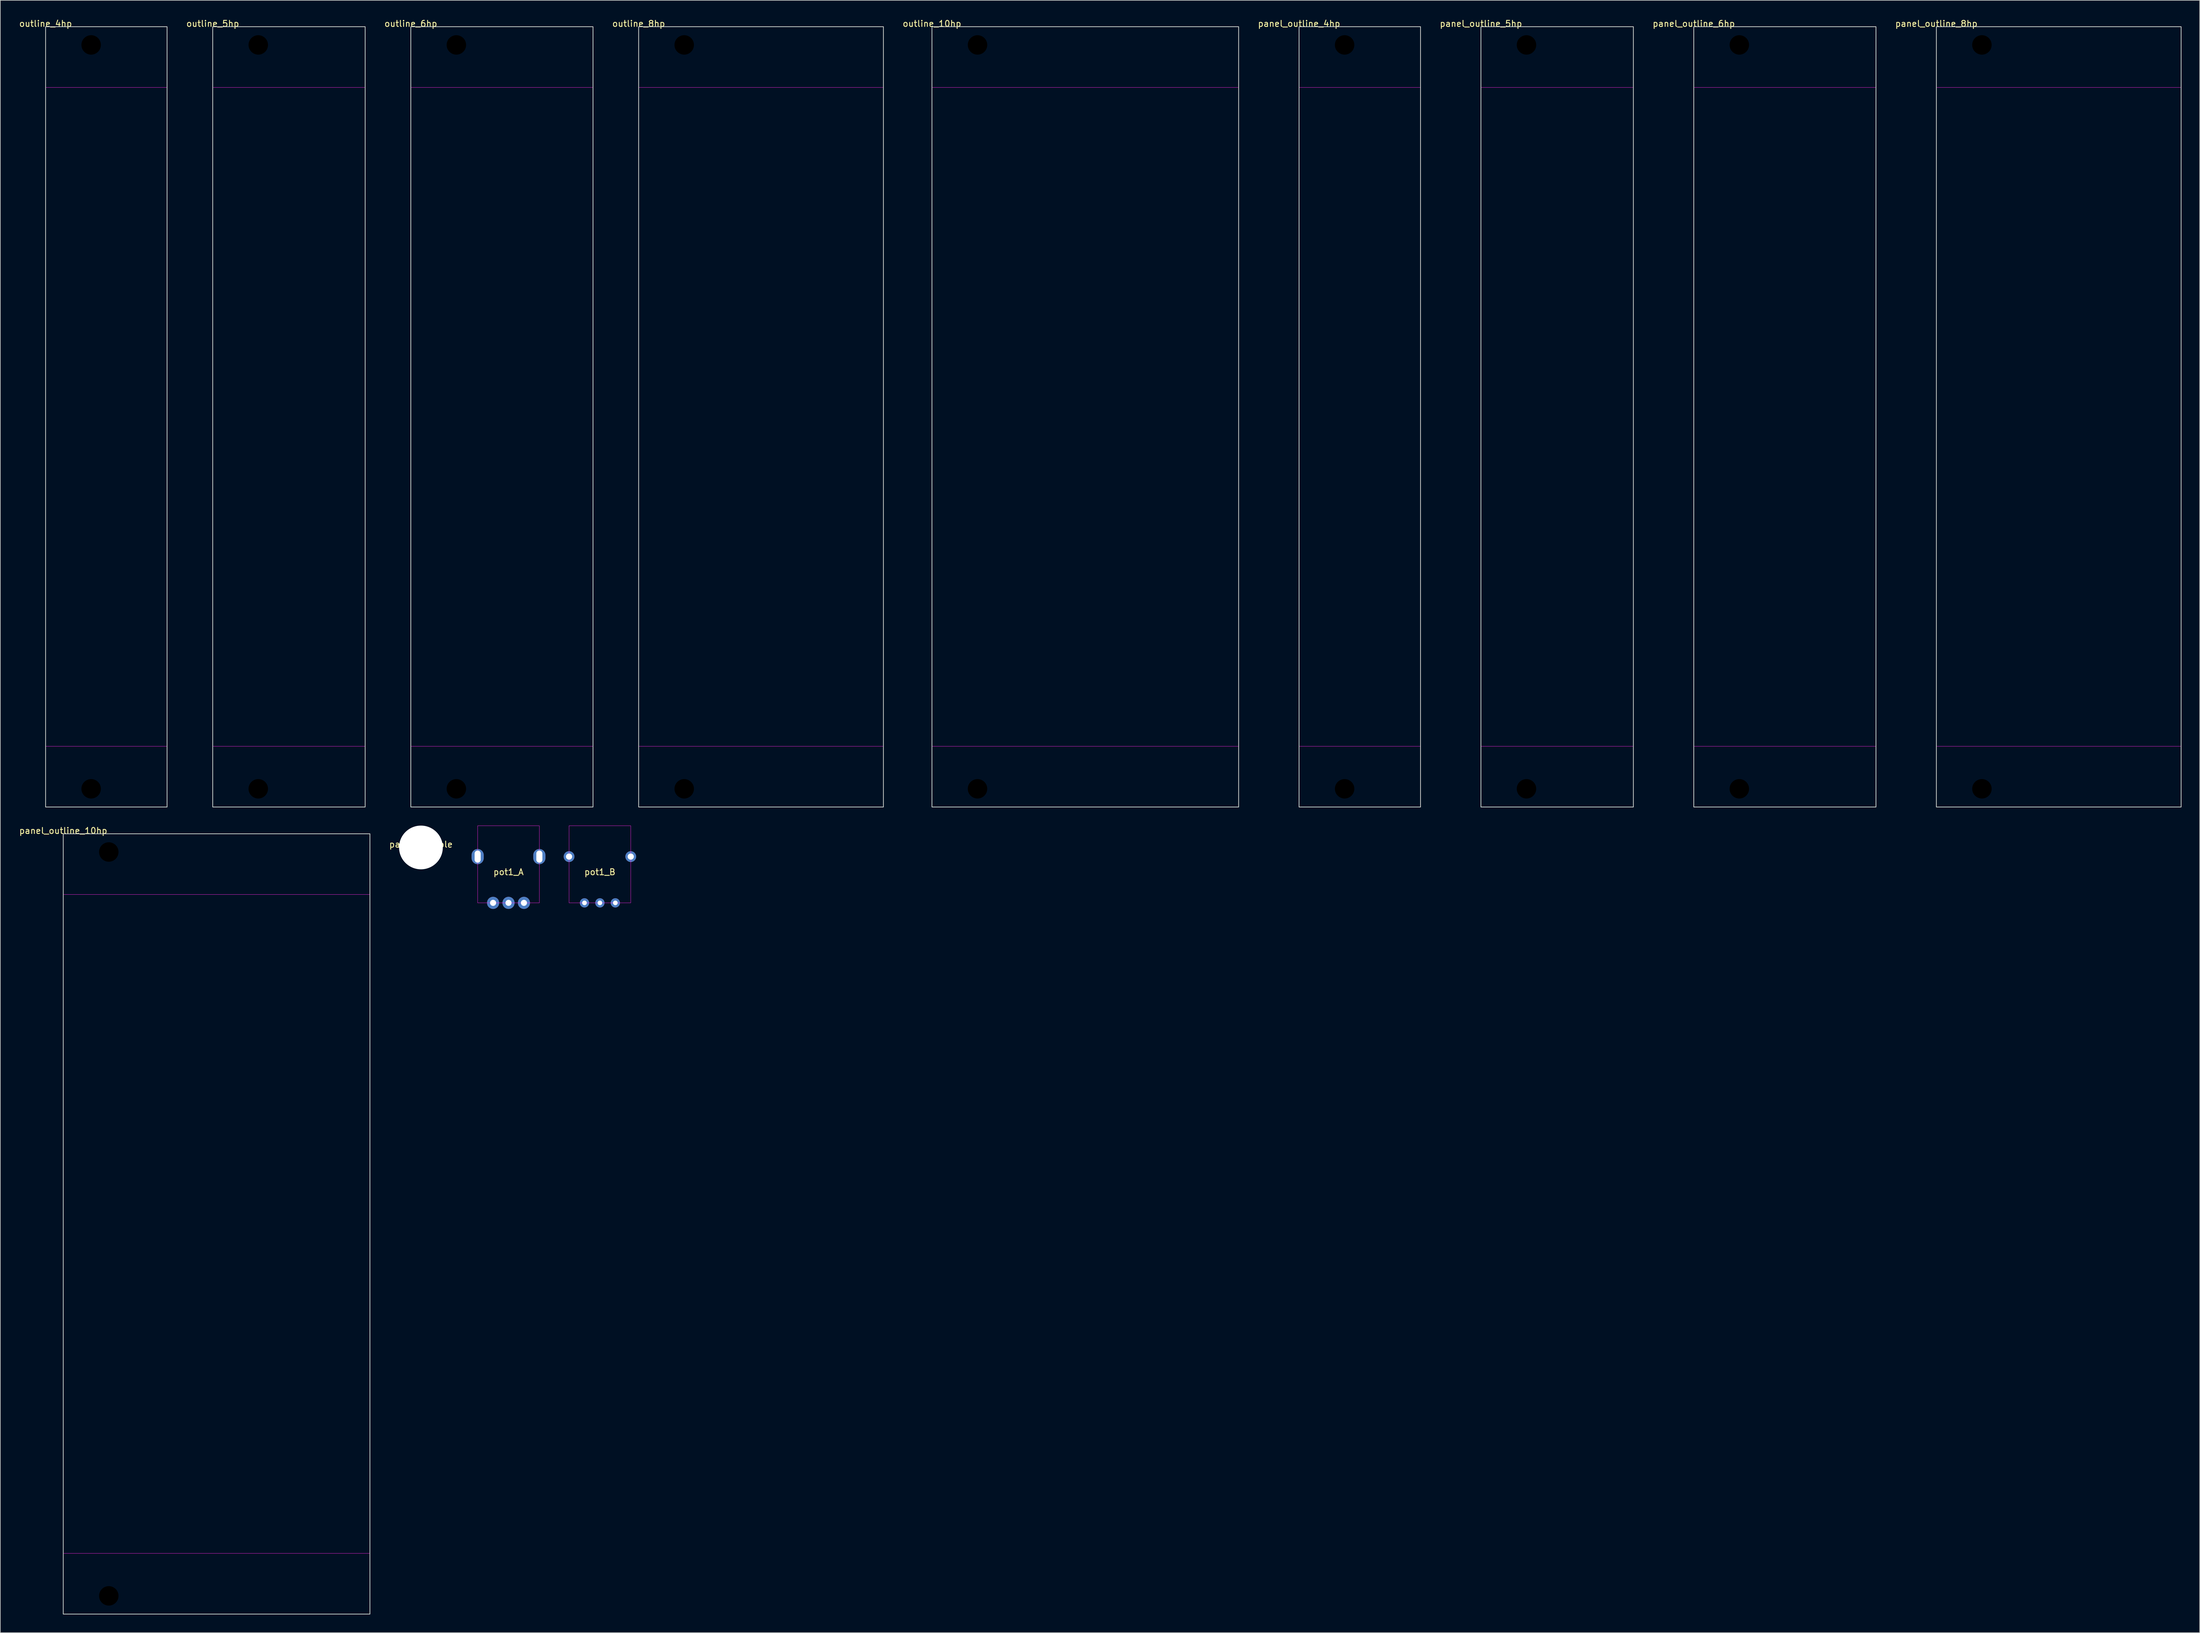
<source format=kicad_pcb>
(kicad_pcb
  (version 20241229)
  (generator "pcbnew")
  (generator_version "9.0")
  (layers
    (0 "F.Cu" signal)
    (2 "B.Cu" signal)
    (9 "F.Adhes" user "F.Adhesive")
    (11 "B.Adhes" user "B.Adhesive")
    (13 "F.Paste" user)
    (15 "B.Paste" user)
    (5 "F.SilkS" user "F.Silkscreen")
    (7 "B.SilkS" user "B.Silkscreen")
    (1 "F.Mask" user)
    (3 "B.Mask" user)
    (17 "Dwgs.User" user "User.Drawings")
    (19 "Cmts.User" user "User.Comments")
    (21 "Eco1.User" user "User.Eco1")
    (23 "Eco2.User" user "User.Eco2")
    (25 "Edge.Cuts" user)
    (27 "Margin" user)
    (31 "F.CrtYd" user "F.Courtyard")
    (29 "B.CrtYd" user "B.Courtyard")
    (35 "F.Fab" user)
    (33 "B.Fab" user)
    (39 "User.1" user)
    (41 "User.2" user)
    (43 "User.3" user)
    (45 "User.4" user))
  (footprint "panel_outline_8hp"
    (layer "F.Cu")
    (at 315.795 1.348)
    (property "Reference" "panel_outline_8hp" (at 0 -0.5 0) (unlocked yes) (layer "F.SilkS") (effects (font (size 1 1) (thickness 0.15))))
    (fp_rect (start 0 0) (end 40.3 128.5) (stroke (width 0.12) (type solid)) (fill no) (layer "Edge.Cuts"))
    (fp_rect (start 0 10) (end 40.3 118.5) (stroke (width 0.05) (type solid)) (fill no) (layer "F.CrtYd"))
    (pad "" np_thru_hole circle (at 7.5 3) (size 3.2 3.2) (drill oval 4.2 3.2) (layers "*.Mask"))
    (pad "" np_thru_hole circle (at 7.5 125.5) (size 3.2 3.2) (drill oval 4.2 3.2) (layers "*.Mask")))
  (footprint "pot1_B"
    (layer "F.Cu")
    (at 93.191 145.633)
    (property "Reference" "pot1_B" (at 2.54 -5.08 0) (unlocked yes) (layer "F.SilkS") (effects (font (size 1 1) (thickness 0.15))))
    (attr through_hole)
    (fp_rect (start -2.54 0) (end 7.62 -12.7) (stroke (width 0.05) (type solid)) (fill no) (layer "F.CrtYd"))
    (pad "" np_thru_hole circle (at -2.54 -7.62) (size 1.778 1.778) (drill 1.016) (layers "*.Cu" "*.Mask"))
    (pad "" np_thru_hole circle (at 7.62 -7.62) (size 1.778 1.778) (drill 1.016) (layers "*.Cu" "*.Mask"))
    (pad "1" thru_hole circle (at 5.08 0) (size 1.524 1.524) (drill 0.762) (layers "*.Cu" "*.Mask"))
    (pad "2" thru_hole circle (at 2.54 0) (size 1.524 1.524) (drill 0.762) (layers "*.Cu" "*.Mask"))
    (pad "3" thru_hole circle (at 0 0) (size 1.524 1.524) (drill 0.762) (layers "*.Cu" "*.Mask")))
  (footprint "outline_5hp"
    (layer "F.Cu")
    (at 31.977 1.348)
    (property "Reference" "outline_5hp" (at 0 -0.5 0) (unlocked yes) (layer "F.SilkS") (effects (font (size 1 1) (thickness 0.15))))
    (fp_rect (start 0 0) (end 25.1 128.5) (stroke (width 0.12) (type solid)) (fill no) (layer "Edge.Cuts"))
    (fp_rect (start 0 10) (end 25.1 118.5) (stroke (width 0.05) (type solid)) (fill no) (layer "F.CrtYd"))
    (pad "" np_thru_hole circle (at 7.5 3) (size 3.2 3.2) (drill oval 4.2 3.2) (layers "*.Mask"))
    (pad "" np_thru_hole circle (at 7.5 125.5) (size 3.2 3.2) (drill oval 4.2 3.2) (layers "*.Mask")))
  (footprint "outline_4hp"
    (layer "F.Cu")
    (at 4.458 1.348)
    (property "Reference" "outline_4hp" (at 0 -0.5 0) (unlocked yes) (layer "F.SilkS") (effects (font (size 1 1) (thickness 0.15))))
    (fp_rect (start 0 0) (end 20 128.5) (stroke (width 0.12) (type solid)) (fill no) (layer "Edge.Cuts"))
    (fp_rect (start 0 10) (end 20 118.5) (stroke (width 0.05) (type solid)) (fill no) (layer "F.CrtYd"))
    (pad "" np_thru_hole circle (at 7.5 3) (size 3.2 3.2) (drill oval 4.2 3.2) (layers "*.Mask"))
    (pad "" np_thru_hole circle (at 7.5 125.5) (size 3.2 3.2) (drill oval 4.2 3.2) (layers "*.Mask")))
  (footprint "outline_6hp"
    (layer "F.Cu")
    (at 64.595 1.348)
    (property "Reference" "outline_6hp" (at 0 -0.5 0) (unlocked yes) (layer "F.SilkS") (effects (font (size 1 1) (thickness 0.15))))
    (fp_rect (start 0 0) (end 30 128.5) (stroke (width 0.12) (type solid)) (fill no) (layer "Edge.Cuts"))
    (fp_rect (start 0 10) (end 30 118.5) (stroke (width 0.05) (type solid)) (fill no) (layer "F.CrtYd"))
    (pad "" np_thru_hole circle (at 7.5 3) (size 3.2 3.2) (drill oval 4.2 3.2) (layers "*.Mask"))
    (pad "" np_thru_hole circle (at 7.5 125.5) (size 3.2 3.2) (drill oval 4.2 3.2) (layers "*.Mask")))
  (footprint "panel_outline_5hp"
    (layer "F.Cu")
    (at 240.802 1.348)
    (property "Reference" "panel_outline_5hp" (at 0 -0.5 0) (unlocked yes) (layer "F.SilkS") (effects (font (size 1 1) (thickness 0.15))))
    (fp_rect (start 0 0) (end 25.1 128.5) (stroke (width 0.12) (type solid)) (fill no) (layer "Edge.Cuts"))
    (fp_rect (start 0 10) (end 25.1 118.5) (stroke (width 0.05) (type solid)) (fill no) (layer "F.CrtYd"))
    (pad "" np_thru_hole circle (at 7.5 3) (size 3.2 3.2) (drill oval 4.2 3.2) (layers "*.Mask"))
    (pad "" np_thru_hole circle (at 7.5 125.5) (size 3.2 3.2) (drill oval 4.2 3.2) (layers "*.Mask")))
  (footprint "panel_outline_6hp"
    (layer "F.Cu")
    (at 275.849 1.348)
    (property "Reference" "panel_outline_6hp" (at 0 -0.5 0) (unlocked yes) (layer "F.SilkS") (effects (font (size 1 1) (thickness 0.15))))
    (fp_rect (start 0 0) (end 30 128.5) (stroke (width 0.12) (type solid)) (fill no) (layer "Edge.Cuts"))
    (fp_rect (start 0 10) (end 30 118.5) (stroke (width 0.05) (type solid)) (fill no) (layer "F.CrtYd"))
    (pad "" np_thru_hole circle (at 7.5 3) (size 3.2 3.2) (drill oval 4.2 3.2) (layers "*.Mask"))
    (pad "" np_thru_hole circle (at 7.5 125.5) (size 3.2 3.2) (drill oval 4.2 3.2) (layers "*.Mask")))
  (footprint "panel_outline_4hp"
    (layer "F.Cu")
    (at 210.855 1.348)
    (property "Reference" "panel_outline_4hp" (at 0 -0.5 0) (unlocked yes) (layer "F.SilkS") (effects (font (size 1 1) (thickness 0.15))))
    (fp_rect (start 0 0) (end 20 128.5) (stroke (width 0.12) (type solid)) (fill no) (layer "Edge.Cuts"))
    (fp_rect (start 0 10) (end 20 118.5) (stroke (width 0.05) (type solid)) (fill no) (layer "F.CrtYd"))
    (pad "" np_thru_hole circle (at 7.5 3) (size 3.2 3.2) (drill oval 4.2 3.2) (layers "*.Mask"))
    (pad "" np_thru_hole circle (at 7.5 125.5) (size 3.2 3.2) (drill oval 4.2 3.2) (layers "*.Mask")))
  (footprint "pot1_A"
    (layer "F.Cu")
    (at 78.142 145.633)
    (property "Reference" "pot1_A" (at 2.54 -5.08 0) (unlocked yes) (layer "F.SilkS") (effects (font (size 1 1) (thickness 0.15))))
    (attr through_hole)
    (fp_rect (start -2.54 0) (end 7.62 -12.7) (stroke (width 0.05) (type solid)) (fill no) (layer "F.CrtYd"))
    (pad "" thru_hole oval (at -2.54 -7.62 90) (size 2.5 2) (drill oval 2 1) (layers "*.Cu" "*.Mask"))
    (pad "" thru_hole oval (at 7.62 -7.62 90) (size 2.5 2) (drill oval 2 1) (layers "*.Cu" "*.Mask"))
    (pad "1" thru_hole circle (at 0 0) (size 2 2) (drill 1) (layers "*.Cu" "*.Mask"))
    (pad "2" thru_hole circle (at 2.54 0) (size 2 2) (drill 1) (layers "*.Cu" "*.Mask"))
    (pad "3" thru_hole circle (at 5.08 0) (size 2 2) (drill 1) (layers "*.Cu" "*.Mask")))
  (footprint "panel_outline_10hp"
    (layer "F.Cu")
    (at 7.363 134.256)
    (property "Reference" "panel_outline_10hp" (at 0 -0.5 0) (unlocked yes) (layer "F.SilkS") (effects (font (size 1 1) (thickness 0.15))))
    (fp_rect (start 0 0) (end 50.5 128.5) (stroke (width 0.12) (type solid)) (fill no) (layer "Edge.Cuts"))
    (fp_rect (start 0 10) (end 50.5 118.5) (stroke (width 0.05) (type solid)) (fill no) (layer "F.CrtYd"))
    (pad "" np_thru_hole circle (at 7.5 3) (size 3.2 3.2) (drill oval 4.2 3.2) (layers "*.Mask"))
    (pad "" np_thru_hole circle (at 7.5 125.5) (size 3.2 3.2) (drill oval 4.2 3.2) (layers "*.Mask")))
  (footprint "outline_10hp"
    (layer "F.Cu")
    (at 150.408 1.348)
    (property "Reference" "outline_10hp" (at 0 -0.5 0) (unlocked yes) (layer "F.SilkS") (effects (font (size 1 1) (thickness 0.15))))
    (fp_rect (start 0 0) (end 50.5 128.5) (stroke (width 0.12) (type solid)) (fill no) (layer "Edge.Cuts"))
    (fp_rect (start 0 10) (end 50.5 118.5) (stroke (width 0.05) (type solid)) (fill no) (layer "F.CrtYd"))
    (pad "" np_thru_hole circle (at 7.5 3) (size 3.2 3.2) (drill oval 4.2 3.2) (layers "*.Mask"))
    (pad "" np_thru_hole circle (at 7.5 125.5) (size 3.2 3.2) (drill oval 4.2 3.2) (layers "*.Mask")))
  (footprint "outline_8hp"
    (layer "F.Cu")
    (at 102.113 1.348)
    (property "Reference" "outline_8hp" (at 0 -0.5 0) (unlocked yes) (layer "F.SilkS") (effects (font (size 1 1) (thickness 0.15))))
    (fp_rect (start 0 0) (end 40.3 128.5) (stroke (width 0.12) (type solid)) (fill no) (layer "Edge.Cuts"))
    (fp_rect (start 0 10) (end 40.3 118.5) (stroke (width 0.05) (type solid)) (fill no) (layer "F.CrtYd"))
    (pad "" np_thru_hole circle (at 7.5 3) (size 3.2 3.2) (drill oval 4.2 3.2) (layers "*.Mask"))
    (pad "" np_thru_hole circle (at 7.5 125.5) (size 3.2 3.2) (drill oval 4.2 3.2) (layers "*.Mask")))
  (footprint "panel_pothole"
    (layer "F.Cu")
    (at 66.262 136.508)
    (property "Reference" "panel_pothole" (at 0 -0.5 0) (unlocked yes) (layer "F.SilkS") (effects (font (size 1 1) (thickness 0.15))))
    (attr smd)
    (pad "" np_thru_hole circle (at 0 0) (size 7.2 7.2) (drill 7.2) (layers "*.Cu" "*.Mask")))
  (gr_rect
    (start -3 -3)
    (end 359.155 265.817)
    (stroke (width 0.1) (type default))
    (fill no)
    (layer "Edge.Cuts")))
</source>
